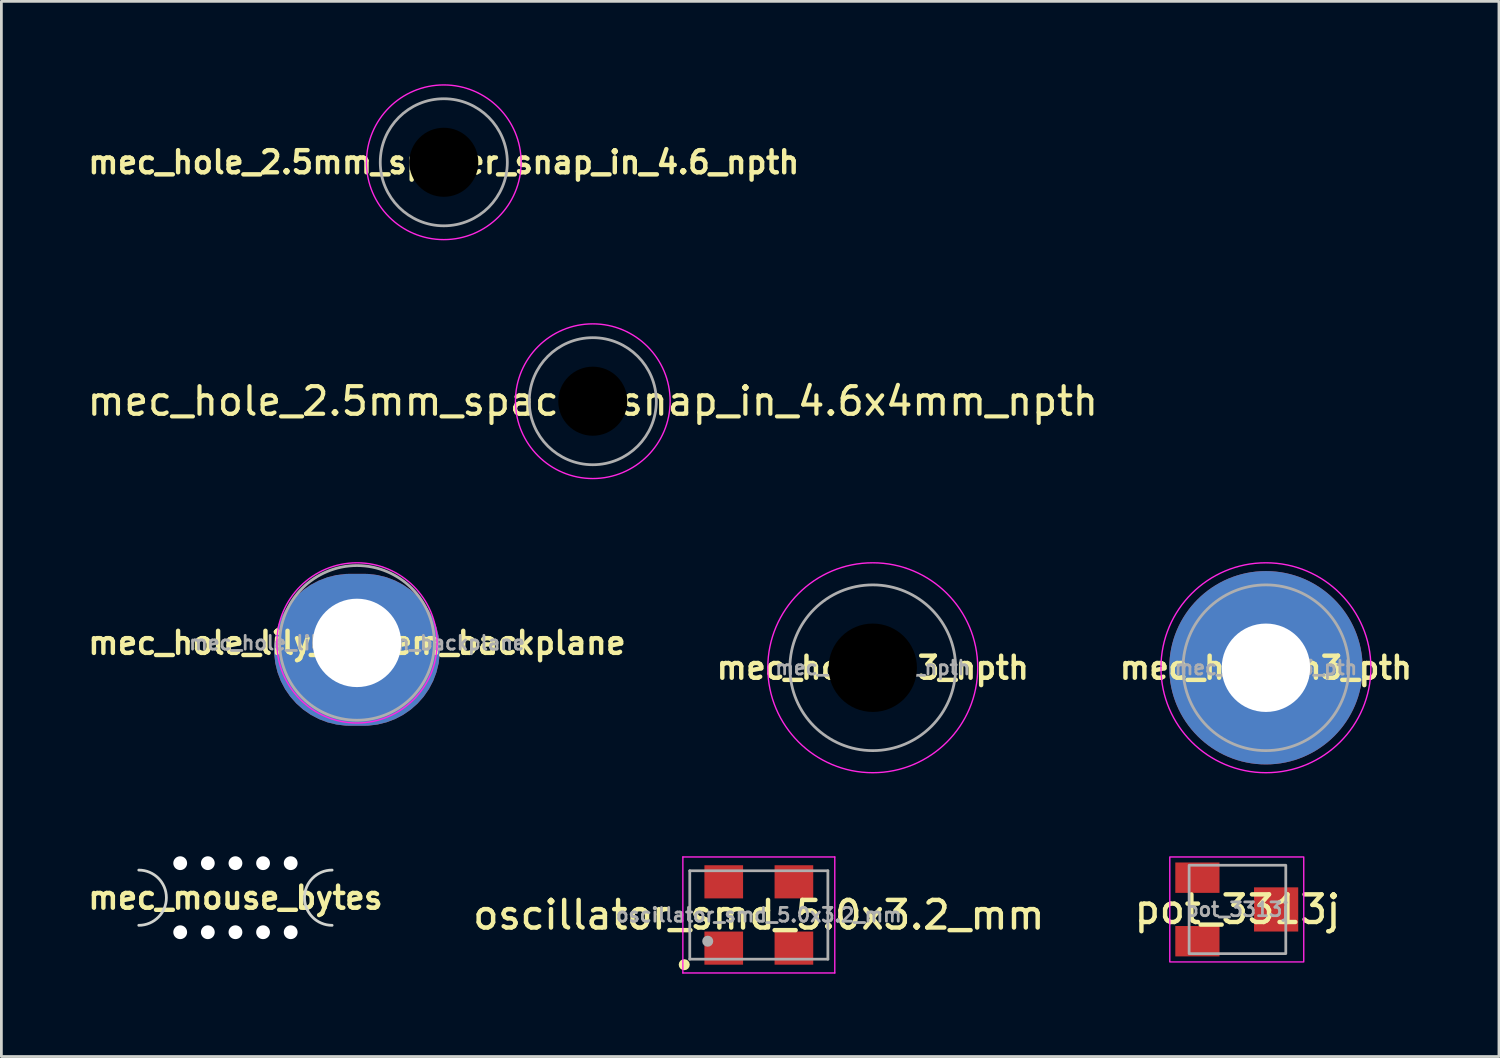
<source format=kicad_pcb>
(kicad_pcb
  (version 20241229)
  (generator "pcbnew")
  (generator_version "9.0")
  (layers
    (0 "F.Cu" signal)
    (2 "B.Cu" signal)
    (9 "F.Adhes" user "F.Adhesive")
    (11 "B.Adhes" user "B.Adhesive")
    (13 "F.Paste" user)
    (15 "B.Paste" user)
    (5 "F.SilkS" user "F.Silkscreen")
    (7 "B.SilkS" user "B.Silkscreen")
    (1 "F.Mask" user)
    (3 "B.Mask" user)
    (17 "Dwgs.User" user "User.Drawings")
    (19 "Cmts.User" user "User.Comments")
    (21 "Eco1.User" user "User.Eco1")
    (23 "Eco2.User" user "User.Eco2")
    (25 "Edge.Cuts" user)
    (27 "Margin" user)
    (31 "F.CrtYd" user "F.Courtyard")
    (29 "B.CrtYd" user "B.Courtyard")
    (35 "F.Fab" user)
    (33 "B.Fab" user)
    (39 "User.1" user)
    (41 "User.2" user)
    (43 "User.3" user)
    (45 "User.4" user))
  (footprint "pot_3313j"
    (layer "F.Cu")
    (at 41.75 29.875)
    (property "Reference" "pot_3313j" (at 0 0 0) (unlocked yes) (layer "F.SilkS") (effects (font (size 1 1) (thickness 0.16))))
    (attr smd)
    (fp_rect (start -2.45 -1.9) (end 2.4 1.9) (stroke (width 0.05) (type solid)) (fill no) (layer "F.CrtYd"))
    (fp_rect (start -1.75 -1.6) (end 1.75 1.6) (stroke (width 0.1) (type solid)) (fill no) (layer "F.Fab"))
    (fp_text user "${REFERENCE}" (at 0 0 0) (unlocked yes) (layer "F.Fab") (effects (font (size 0.5 0.5) (thickness 0.1))))
    (pad "1" smd rect (at -1.45 1.15) (size 1.6 1.1) (layers "F.Cu" "F.Mask" "F.Paste"))
    (pad "2" smd rect (at 1.4 0) (size 1.6 1.6) (layers "F.Cu" "F.Mask" "F.Paste"))
    (pad "3" smd rect (at -1.45 -1.15) (size 1.6 1.1) (layers "F.Cu" "F.Mask" "F.Paste"))
    (zone (net_name "") (layer "F.Cu") (hatch edge 0.5) (connect_pads) (min_thickness 0.25) (filled_areas_thickness no) (keepout (tracks allowed) (vias allowed) (pads allowed) (copperpour not_allowed) (footprints allowed)) (placement (enabled no)) (fill) (polygon (pts (xy 39.3 27.975) (xy 44.15 27.975) (xy 44.15 31.775) (xy 39.3 31.775)))))
  (footprint "mec_hole_2.5mm_spacer_snap_in_4.6x4mm_npth"
    (layer "F.Cu")
    (at 18.411 11.475)
    (property "Reference" "mec_hole_2.5mm_spacer_snap_in_4.6x4mm_npth" (at 0 0 0) (unlocked yes) (layer "F.SilkS") (effects (font (size 1 1) (thickness 0.15))))
    (attr exclude_from_pos_files)
    (fp_circle (center 0 0) (end 2.8 0) (stroke (width 0.05) (type solid)) (fill no) (layer "F.CrtYd"))
    (fp_circle (center 0 0) (end 2.3 0) (stroke (width 0.1) (type solid)) (fill no) (layer "F.Fab"))
    (pad "" np_thru_hole circle (at 0 0) (size 4.6 4.6) (drill 2.5) (layers "*.Mask"))
    (zone (net_name "") (layer "F.Cu") (hatch edge 0.5) (connect_pads) (min_thickness 0.25) (filled_areas_thickness no) (keepout (tracks not_allowed) (vias not_allowed) (pads not_allowed) (copperpour not_allowed) (footprints not_allowed)) (placement (enabled no)) (fill) (polygon (pts (xy 20.907 11.335) (xy 20.875 11.056) (xy 20.813 10.783) (xy 20.72 10.518) (xy 20.599 10.266) (xy 20.45 10.028) (xy 20.275 9.809) (xy 20.077 9.611) (xy 19.857 9.436) (xy 19.62 9.287) (xy 19.367 9.165) (xy 19.103 9.073) (xy 18.829 9.01) (xy 18.551 8.979) (xy 18.271 8.979) (xy 17.992 9.01) (xy 17.719 9.073) (xy 17.454 9.165) (xy 17.201 9.287) (xy 16.964 9.436) (xy 16.745 9.611) (xy 16.547 9.809) (xy 16.372 10.028) (xy 16.223 10.266) (xy 16.101 10.518) (xy 16.008 10.783) (xy 15.946 11.056) (xy 15.915 11.335) (xy 15.915 11.615) (xy 15.946 11.894) (xy 16.008 12.167) (xy 16.101 12.432) (xy 16.223 12.684) (xy 16.372 12.922) (xy 16.547 13.141) (xy 16.745 13.339) (xy 16.964 13.514) (xy 17.201 13.663) (xy 17.454 13.785) (xy 17.719 13.877) (xy 17.992 13.94) (xy 18.271 13.971) (xy 18.551 13.971) (xy 18.829 13.94) (xy 19.103 13.877) (xy 19.367 13.785) (xy 19.62 13.663) (xy 19.857 13.514) (xy 20.077 13.339) (xy 20.275 13.141) (xy 20.45 12.922) (xy 20.599 12.684) (xy 20.72 12.432) (xy 20.813 12.167) (xy 20.875 11.894) (xy 20.907 11.615)))))
  (footprint "mec_hole_2.5mm_spacer_snap_in_4.6_npth"
    (layer "F.Cu")
    (at 13.017 2.825)
    (property "Reference" "mec_hole_2.5mm_spacer_snap_in_4.6_npth" (at 0 0 0) (unlocked yes) (layer "F.SilkS") (effects (font (size 0.8 0.8) (thickness 0.16))))
    (attr board_only exclude_from_pos_files exclude_from_bom)
    (fp_circle (center 0 0) (end 2.8 0) (stroke (width 0.05) (type solid)) (fill no) (layer "F.CrtYd"))
    (fp_circle (center 0 0) (end 2.3 0) (stroke (width 0.1) (type solid)) (fill no) (layer "F.Fab"))
    (pad "" np_thru_hole circle (at 0 0) (size 4.6 4.6) (drill 2.5) (layers "*.Mask"))
    (zone (net_name "") (layer "F.Cu") (hatch edge 0.5) (connect_pads) (min_thickness 0.25) (filled_areas_thickness no) (keepout (tracks not_allowed) (vias not_allowed) (pads not_allowed) (copperpour not_allowed) (footprints not_allowed)) (placement (enabled no)) (fill) (polygon (pts (xy 15.513 2.685) (xy 15.482 2.406) (xy 15.419 2.133) (xy 15.327 1.868) (xy 15.205 1.616) (xy 15.056 1.378) (xy 14.881 1.159) (xy 14.683 0.961) (xy 14.464 0.786) (xy 14.226 0.637) (xy 13.974 0.515) (xy 13.709 0.423) (xy 13.436 0.36) (xy 13.157 0.329) (xy 12.877 0.329) (xy 12.598 0.36) (xy 12.325 0.423) (xy 12.06 0.515) (xy 11.808 0.637) (xy 11.57 0.786) (xy 11.351 0.961) (xy 11.153 1.159) (xy 10.978 1.378) (xy 10.829 1.616) (xy 10.707 1.868) (xy 10.615 2.133) (xy 10.552 2.406) (xy 10.521 2.685) (xy 10.521 2.965) (xy 10.552 3.244) (xy 10.615 3.517) (xy 10.707 3.782) (xy 10.829 4.034) (xy 10.978 4.272) (xy 11.153 4.491) (xy 11.351 4.689) (xy 11.57 4.864) (xy 11.808 5.013) (xy 12.06 5.135) (xy 12.325 5.227) (xy 12.598 5.29) (xy 12.877 5.321) (xy 13.157 5.321) (xy 13.436 5.29) (xy 13.709 5.227) (xy 13.974 5.135) (xy 14.226 5.013) (xy 14.464 4.864) (xy 14.683 4.689) (xy 14.881 4.491) (xy 15.056 4.272) (xy 15.205 4.034) (xy 15.327 3.782) (xy 15.419 3.517) (xy 15.482 3.244) (xy 15.513 2.965)))))
  (footprint "mec_mouse_bytes"
    (layer "F.Cu")
    (at 5.474 29.45)
    (property "Reference" "mec_mouse_bytes" (at 0 0 0) (unlocked yes) (layer "F.SilkS") (effects (font (size 0.8 0.8) (thickness 0.16))))
    (attr board_only exclude_from_pos_files exclude_from_bom)
    (fp_arc (start -3.5 -1) (mid -2.5 0) (end -3.5 1) (stroke (width 0.1) (type solid)) (layer "Edge.Cuts"))
    (fp_arc (start 3.5 1) (mid 2.5 0) (end 3.5 -1) (stroke (width 0.1) (type solid)) (layer "Edge.Cuts"))
    (pad "" np_thru_hole circle (at -2 -1.25) (size 0.5 0.5) (drill 0.5) (layers "*.Cu" "*.Mask"))
    (pad "" np_thru_hole circle (at -2 1.25) (size 0.5 0.5) (drill 0.5) (layers "*.Cu" "*.Mask"))
    (pad "" np_thru_hole circle (at -1 -1.25) (size 0.5 0.5) (drill 0.5) (layers "*.Cu" "*.Mask"))
    (pad "" np_thru_hole circle (at -1 1.25) (size 0.5 0.5) (drill 0.5) (layers "*.Cu" "*.Mask"))
    (pad "" np_thru_hole circle (at 0 -1.25) (size 0.5 0.5) (drill 0.5) (layers "*.Cu" "*.Mask"))
    (pad "" np_thru_hole circle (at 0 1.25) (size 0.5 0.5) (drill 0.5) (layers "*.Cu" "*.Mask"))
    (pad "" np_thru_hole circle (at 1 -1.25) (size 0.5 0.5) (drill 0.5) (layers "*.Cu" "*.Mask"))
    (pad "" np_thru_hole circle (at 1 1.25) (size 0.5 0.5) (drill 0.5) (layers "*.Cu" "*.Mask"))
    (pad "" np_thru_hole circle (at 2 -1.25) (size 0.5 0.5) (drill 0.5) (layers "*.Cu" "*.Mask"))
    (pad "" np_thru_hole circle (at 2 1.25) (size 0.5 0.5) (drill 0.5) (layers "*.Cu" "*.Mask")))
  (footprint "mec_hole_m3_pth"
    (layer "F.Cu")
    (at 42.781 21.125)
    (property "Reference" "mec_hole_m3_pth" (at 0 0 0) (unlocked yes) (layer "F.SilkS") (effects (font (size 0.8 0.8) (thickness 0.16))))
    (attr through_hole board_only exclude_from_pos_files exclude_from_bom)
    (fp_circle (center 0 0) (end 3.8 0) (stroke (width 0.05) (type solid)) (fill no) (layer "F.CrtYd"))
    (fp_circle (center 0 0) (end 3 0) (stroke (width 0.1) (type solid)) (fill no) (layer "F.Fab"))
    (fp_text user "${REFERENCE}" (at 0 0 0) (layer "F.Fab") (effects (font (size 0.5 0.5) (thickness 0.1))))
    (pad "1" thru_hole circle (at 0 0) (size 7 7) (drill 3.2) (layers "*.Cu" "*.Mask")))
  (footprint "oscillator_smd_5.0x3.2_mm"
    (layer "F.Cu")
    (at 24.422 30.075)
    (property "Reference" "oscillator_smd_5.0x3.2_mm" (at 0 0 0) (layer "F.SilkS") (effects (font (size 1 1) (thickness 0.16))))
    (attr smd)
    (fp_circle (center -2.7 1.8) (end -2.6 1.8) (stroke (width 0.2) (type solid)) (fill no) (layer "F.SilkS"))
    (fp_line (start -2.75 -2.1) (end -2.75 2.1) (stroke (width 0.05) (type solid)) (layer "F.CrtYd"))
    (fp_line (start -2.75 2.1) (end 2.75 2.1) (stroke (width 0.05) (type solid)) (layer "F.CrtYd"))
    (fp_line (start 2.75 -2.1) (end -2.75 -2.1) (stroke (width 0.05) (type solid)) (layer "F.CrtYd"))
    (fp_line (start 2.75 2.1) (end 2.75 -2.1) (stroke (width 0.05) (type solid)) (layer "F.CrtYd"))
    (fp_line (start -2.5 -1.6) (end 2.5 -1.6) (stroke (width 0.1) (type solid)) (layer "F.Fab"))
    (fp_line (start -2.5 1.6) (end -2.5 -1.6) (stroke (width 0.1) (type solid)) (layer "F.Fab"))
    (fp_line (start 2.5 -1.6) (end 2.5 1.6) (stroke (width 0.1) (type solid)) (layer "F.Fab"))
    (fp_line (start 2.5 1.6) (end -2.5 1.6) (stroke (width 0.1) (type solid)) (layer "F.Fab"))
    (fp_circle (center -1.85 0.95) (end -1.75 0.95) (stroke (width 0.2) (type solid)) (fill no) (layer "F.Fab"))
    (fp_text user "${REFERENCE}" (at 0 0 0) (layer "F.Fab") (effects (font (size 0.5 0.5) (thickness 0.1))))
    (pad "1" smd rect (at -1.27 1.2) (size 1.4 1.2) (layers "F.Cu" "F.Mask" "F.Paste"))
    (pad "2" smd rect (at 1.27 1.2) (size 1.4 1.2) (layers "F.Cu" "F.Mask" "F.Paste"))
    (pad "3" smd rect (at 1.27 -1.2) (size 1.4 1.2) (layers "F.Cu" "F.Mask" "F.Paste"))
    (pad "4" smd rect (at -1.27 -1.2) (size 1.4 1.2) (layers "F.Cu" "F.Mask" "F.Paste")))
  (footprint "mec_hole_m3_npth"
    (layer "F.Cu")
    (at 28.547 21.125)
    (property "Reference" "mec_hole_m3_npth" (at 0 0 0) (unlocked yes) (layer "F.SilkS") (effects (font (size 0.8 0.8) (thickness 0.16))))
    (attr through_hole board_only exclude_from_pos_files exclude_from_bom)
    (fp_circle (center 0 0) (end 3.5 0) (stroke (width 0.001) (type solid)) (fill no) (layer "F.Cu"))
    (fp_circle (center 0 0) (end 3.5 0) (stroke (width 0.001) (type solid)) (fill no) (layer "B.Cu"))
    (fp_circle (center 0 0) (end 3.8 0) (stroke (width 0.05) (type solid)) (fill no) (layer "F.CrtYd"))
    (fp_circle (center 0 0) (end 3 0) (stroke (width 0.1) (type solid)) (fill no) (layer "F.Fab"))
    (fp_text user "${REFERENCE}" (at 0 0 0) (layer "F.Fab") (effects (font (size 0.5 0.5) (thickness 0.1))))
    (pad "" np_thru_hole circle (at 0 0) (size 7 7) (drill 3.2) (layers "*.Mask")))
  (footprint "mec_hole_lily_system_backplane"
    (layer "F.Cu")
    (at 9.874 20.225)
    (property "Reference" "mec_hole_lily_system_backplane" (at 0 0 0) (unlocked yes) (layer "F.SilkS") (effects (font (size 0.8 0.8) (thickness 0.16))))
    (attr through_hole exclude_from_pos_files exclude_from_bom)
    (fp_circle (center 0 0) (end 2.9 0) (stroke (width 0.05) (type solid)) (fill no) (layer "F.CrtYd"))
    (fp_circle (center 0 0) (end 2.8 0) (stroke (width 0.1) (type solid)) (fill no) (layer "F.Fab"))
    (fp_text user "${REFERENCE}" (at 0 0 0) (layer "F.Fab") (effects (font (size 0.5 0.5) (thickness 0.1))))
    (pad "1" thru_hole roundrect (at 0 0) (size 6 5.5) (drill 3.2 (offset 0 0.25)) (layers "*.Cu" "*.Mask") (roundrect_rratio 0.5)))
  (gr_rect
    (start -3 -3)
    (end 51.217 35.2)
    (stroke (width 0.1) (type default))
    (fill no)
    (layer "Edge.Cuts")))
</source>
